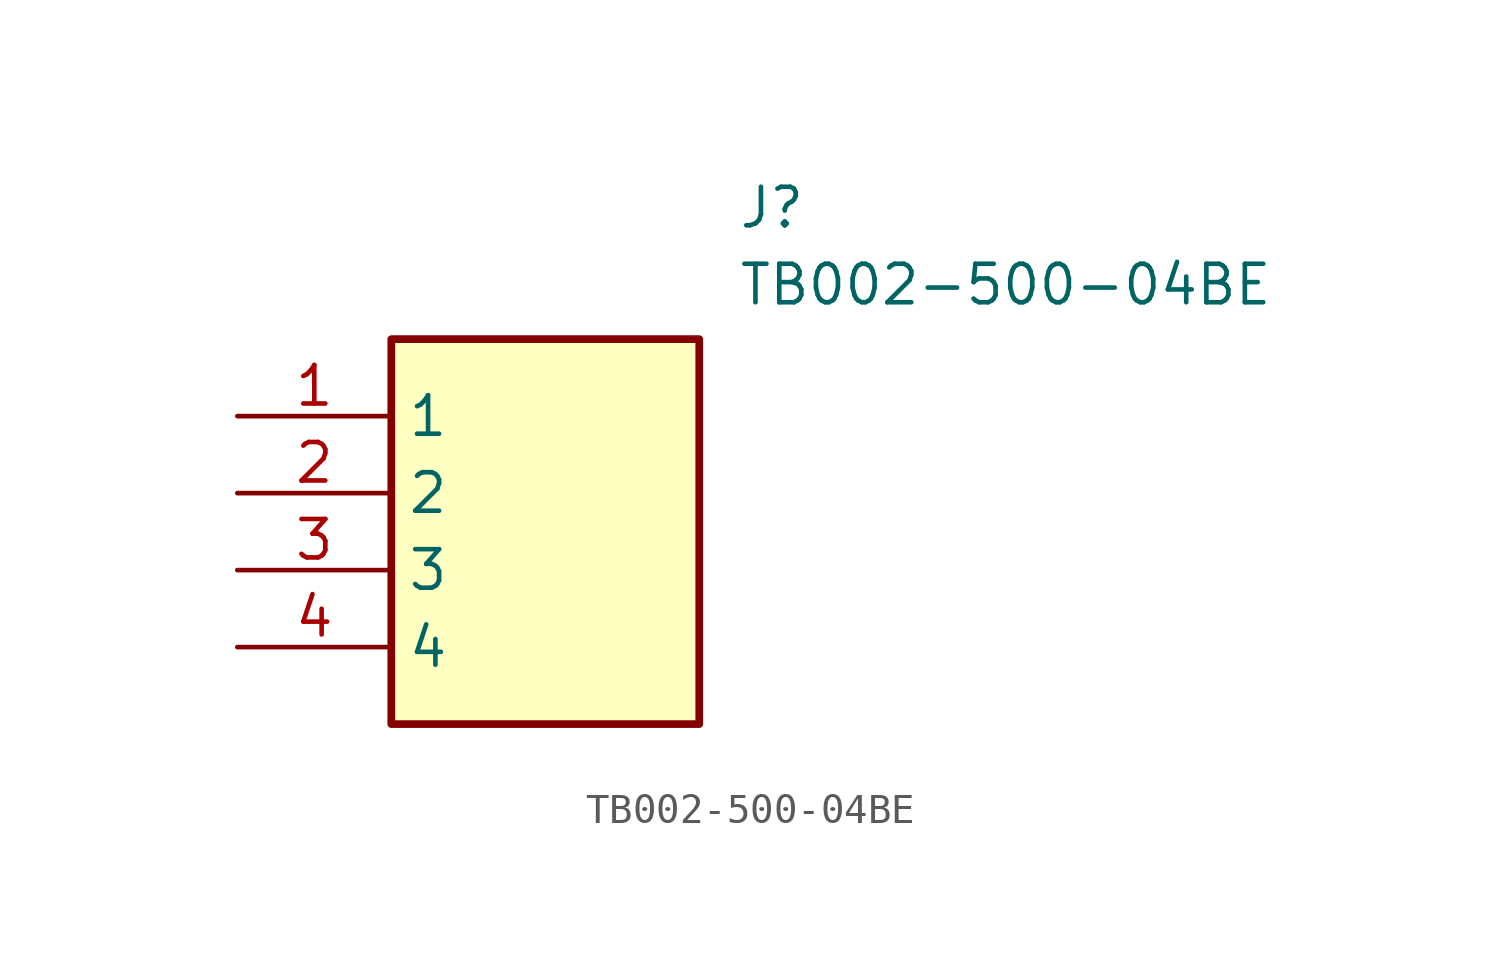
<source format=kicad_sym>
(kicad_symbol_lib
  (version 20211014)
  (generator SamacSys_ECAD_Model)
  (symbol "TB002-500-04BE"
    (property "Reference" "J"
      (at 16.51 7.62 0)
      (effects (font (size 1.27 1.27)) (justify left top)))
    (property "Value" "TB002-500-04BE"
      (at 16.51 5.08 0)
      (effects (font (size 1.27 1.27)) (justify left top)))
    (rectangle
      (start 5.08 2.54)
      (end 15.24 -10.16)
      (stroke (width 0.254) (type default))
      (fill (type background)))
    (pin passive line
      (at 0 0 0)
      (length 5.08)
      (name "1" (effects (font (size 1.27 1.27))))
      (number "1" (effects (font (size 1.27 1.27)))))
    (pin passive line
      (at 0 -2.54 0)
      (length 5.08)
      (name "2" (effects (font (size 1.27 1.27))))
      (number "2" (effects (font (size 1.27 1.27)))))
    (pin passive line
      (at 0 -5.08 0)
      (length 5.08)
      (name "3" (effects (font (size 1.27 1.27))))
      (number "3" (effects (font (size 1.27 1.27)))))
    (pin passive line
      (at 0 -7.62 0)
      (length 5.08)
      (name "4" (effects (font (size 1.27 1.27))))
      (number "4" (effects (font (size 1.27 1.27)))))))
</source>
